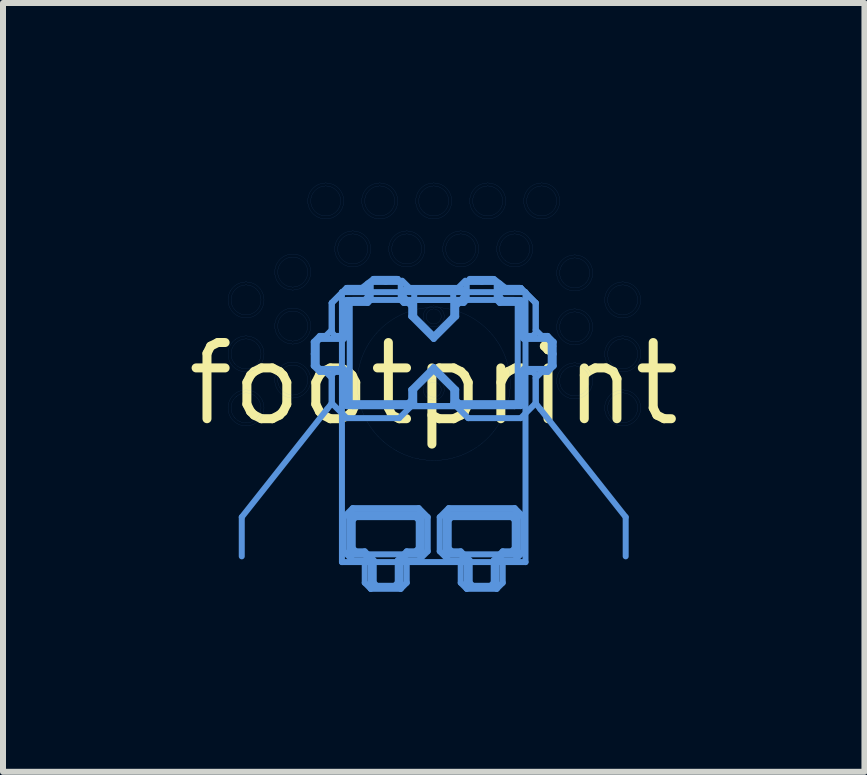
<source format=kicad_pcb>
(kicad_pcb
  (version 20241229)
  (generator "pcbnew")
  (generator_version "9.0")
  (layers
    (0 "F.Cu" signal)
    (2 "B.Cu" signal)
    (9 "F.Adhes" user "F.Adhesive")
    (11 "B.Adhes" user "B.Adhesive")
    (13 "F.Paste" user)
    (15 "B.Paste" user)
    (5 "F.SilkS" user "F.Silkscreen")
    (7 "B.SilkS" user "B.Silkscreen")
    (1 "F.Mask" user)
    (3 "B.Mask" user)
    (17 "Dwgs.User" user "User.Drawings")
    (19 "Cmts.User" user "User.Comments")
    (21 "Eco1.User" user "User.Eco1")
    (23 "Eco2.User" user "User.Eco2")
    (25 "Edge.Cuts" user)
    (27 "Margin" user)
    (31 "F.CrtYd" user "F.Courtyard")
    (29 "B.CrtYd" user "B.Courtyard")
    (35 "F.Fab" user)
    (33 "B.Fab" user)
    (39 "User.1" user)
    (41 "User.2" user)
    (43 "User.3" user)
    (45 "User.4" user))
  (footprint "footprint"
    (layer "F.Cu")
    (at 4.18 3.35)
    (property "Reference" "footprint" (at 0 0 0) (layer "F.SilkS") (effects (font (size 1.27 1.27) (thickness 0.15))))
    (fp_line (start -3.2 2.22) (end -3.2 2.874) (stroke (width 0.1) (type solid)) (layer "Cmts.User"))
    (fp_line (start -2 -0.7) (end -1.9 -0.8) (stroke (width 0.1) (type solid)) (layer "Cmts.User"))
    (fp_line (start -2 -0.5) (end -2 -0.7) (stroke (width 0.1) (type solid)) (layer "Cmts.User"))
    (fp_line (start -2 -0.3) (end -2 -0.5) (stroke (width 0.1) (type solid)) (layer "Cmts.User"))
    (fp_line (start -1.95 -0.7) (end -1.95 -0.3) (stroke (width 0.1) (type solid)) (layer "Cmts.User"))
    (fp_line (start -1.95 -0.3) (end -1.9 -0.25) (stroke (width 0.1) (type solid)) (layer "Cmts.User"))
    (fp_line (start -1.9 -0.8) (end -1.8 -0.8) (stroke (width 0.1) (type solid)) (layer "Cmts.User"))
    (fp_line (start -1.9 -0.75) (end -1.95 -0.7) (stroke (width 0.1) (type solid)) (layer "Cmts.User"))
    (fp_line (start -1.9 -0.25) (end -1.5 -0.25) (stroke (width 0.1) (type solid)) (layer "Cmts.User"))
    (fp_line (start -1.9 -0.2) (end -2 -0.3) (stroke (width 0.1) (type solid)) (layer "Cmts.User"))
    (fp_line (start -1.8 -0.8) (end -1.7 -0.9) (stroke (width 0.1) (type solid)) (layer "Cmts.User"))
    (fp_line (start -1.8 -0.2) (end -1.9 -0.2) (stroke (width 0.1) (type solid)) (layer "Cmts.User"))
    (fp_line (start -1.777 0.42) (end -3.2 2.22) (stroke (width 0.1) (type solid)) (layer "Cmts.User"))
    (fp_line (start -1.7 -1.35) (end -1.45 -1.6) (stroke (width 0.1) (type solid)) (layer "Cmts.User"))
    (fp_line (start -1.7 -1.35) (end -1.45 -1.6) (stroke (width 0.1) (type solid)) (layer "Cmts.User"))
    (fp_line (start -1.7 -0.9) (end -1.7 -1.35) (stroke (width 0.1) (type solid)) (layer "Cmts.User"))
    (fp_line (start -1.7 -0.865) (end -1.7 -1.35) (stroke (width 0.1) (type solid)) (layer "Cmts.User"))
    (fp_line (start -1.7 -0.15) (end -1.7 0.323) (stroke (width 0.1) (type solid)) (layer "Cmts.User"))
    (fp_line (start -1.7 -0.1) (end -1.8 -0.2) (stroke (width 0.1) (type solid)) (layer "Cmts.User"))
    (fp_line (start -1.7 0.32) (end -1.7 -0.1) (stroke (width 0.1) (type solid)) (layer "Cmts.User"))
    (fp_line (start -1.7 0.323) (end -1.777 0.42) (stroke (width 0.1) (type solid)) (layer "Cmts.User"))
    (fp_line (start -1.65 -0.8) (end -1.7 -0.865) (stroke (width 0.1) (type solid)) (layer "Cmts.User"))
    (fp_line (start -1.65 -0.2) (end -1.7 -0.15) (stroke (width 0.1) (type solid)) (layer "Cmts.User"))
    (fp_line (start -1.55 -0.8) (end -1.65 -0.8) (stroke (width 0.1) (type solid)) (layer "Cmts.User"))
    (fp_line (start -1.55 -0.2) (end -1.65 -0.2) (stroke (width 0.1) (type solid)) (layer "Cmts.User"))
    (fp_line (start -1.53 -1.53) (end 1.53 -1.53) (stroke (width 0.1) (type solid)) (layer "Cmts.User"))
    (fp_line (start -1.53 2.97) (end -1.53 -1.53) (stroke (width 0.1) (type solid)) (layer "Cmts.User"))
    (fp_line (start -1.5 -1.35) (end -1.5 -0.865) (stroke (width 0.1) (type solid)) (layer "Cmts.User"))
    (fp_line (start -1.5 -0.865) (end -1.55 -0.8) (stroke (width 0.1) (type solid)) (layer "Cmts.User"))
    (fp_line (start -1.5 -0.75) (end -1.9 -0.75) (stroke (width 0.1) (type solid)) (layer "Cmts.User"))
    (fp_line (start -1.5 -0.25) (end -1.45 -0.2) (stroke (width 0.1) (type solid)) (layer "Cmts.User"))
    (fp_line (start -1.5 -0.15) (end -1.55 -0.2) (stroke (width 0.1) (type solid)) (layer "Cmts.User"))
    (fp_line (start -1.5 0.32) (end -1.5 -0.15) (stroke (width 0.1) (type solid)) (layer "Cmts.User"))
    (fp_line (start -1.5 2.22) (end -1.5 2.79) (stroke (width 0.1) (type solid)) (layer "Cmts.User"))
    (fp_line (start -1.5 2.79) (end -1.35 2.94) (stroke (width 0.1) (type solid)) (layer "Cmts.User"))
    (fp_line (start -1.45 -1.6) (end -1.197 -1.6) (stroke (width 0.1) (type solid)) (layer "Cmts.User"))
    (fp_line (start -1.45 -1.6) (end -1.15 -1.6) (stroke (width 0.1) (type solid)) (layer "Cmts.User"))
    (fp_line (start -1.45 -1.4) (end -1.5 -1.35) (stroke (width 0.1) (type solid)) (layer "Cmts.User"))
    (fp_line (start -1.45 -1.3) (end -1.45 -0.8) (stroke (width 0.1) (type solid)) (layer "Cmts.User"))
    (fp_line (start -1.45 -0.8) (end -1.5 -0.75) (stroke (width 0.1) (type solid)) (layer "Cmts.User"))
    (fp_line (start -1.45 -0.2) (end -1.45 0.27) (stroke (width 0.1) (type solid)) (layer "Cmts.User"))
    (fp_line (start -1.45 0.27) (end -1.4 0.32) (stroke (width 0.1) (type solid)) (layer "Cmts.User"))
    (fp_line (start -1.45 0.37) (end -1.5 0.32) (stroke (width 0.1) (type solid)) (layer "Cmts.User"))
    (fp_line (start -1.45 0.57) (end -1.7 0.32) (stroke (width 0.1) (type solid)) (layer "Cmts.User"))
    (fp_line (start -1.4 -1.35) (end -1.45 -1.3) (stroke (width 0.1) (type solid)) (layer "Cmts.User"))
    (fp_line (start -1.4 -1.35) (end -1.4 0.32) (stroke (width 0.1) (type solid)) (layer "Cmts.User"))
    (fp_line (start -1.4 0.32) (end -1.35 0.37) (stroke (width 0.1) (type solid)) (layer "Cmts.User"))
    (fp_line (start -1.4 0.32) (end -0.425 0.32) (stroke (width 0.1) (type solid)) (layer "Cmts.User"))
    (fp_line (start -1.4 2.22) (end -1.4 2.79) (stroke (width 0.1) (type solid)) (layer "Cmts.User"))
    (fp_line (start -1.4 2.22) (end -1.35 2.17) (stroke (width 0.1) (type solid)) (layer "Cmts.User"))
    (fp_line (start -1.4 2.79) (end -1.4 2.22) (stroke (width 0.1) (type solid)) (layer "Cmts.User"))
    (fp_line (start -1.4 2.79) (end -1.35 2.84) (stroke (width 0.1) (type solid)) (layer "Cmts.User"))
    (fp_line (start -1.35 -1.4) (end -1.4 -1.35) (stroke (width 0.1) (type solid)) (layer "Cmts.User"))
    (fp_line (start -1.35 0.37) (end 1.35 0.37) (stroke (width 0.1) (type solid)) (layer "Cmts.User"))
    (fp_line (start -1.35 2.07) (end -1.5 2.22) (stroke (width 0.1) (type solid)) (layer "Cmts.User"))
    (fp_line (start -1.35 2.07) (end -0.25 2.07) (stroke (width 0.1) (type solid)) (layer "Cmts.User"))
    (fp_line (start -1.35 2.17) (end -1.4 2.22) (stroke (width 0.1) (type solid)) (layer "Cmts.User"))
    (fp_line (start -1.35 2.17) (end -0.25 2.17) (stroke (width 0.1) (type solid)) (layer "Cmts.User"))
    (fp_line (start -1.35 2.27) (end -1.3 2.22) (stroke (width 0.1) (type solid)) (layer "Cmts.User"))
    (fp_line (start -1.35 2.74) (end -1.35 2.27) (stroke (width 0.1) (type solid)) (layer "Cmts.User"))
    (fp_line (start -1.35 2.84) (end -1.4 2.79) (stroke (width 0.1) (type solid)) (layer "Cmts.User"))
    (fp_line (start -1.35 2.84) (end -0.25 2.84) (stroke (width 0.1) (type solid)) (layer "Cmts.User"))
    (fp_line (start -1.35 2.94) (end -1.15 2.94) (stroke (width 0.1) (type solid)) (layer "Cmts.User"))
    (fp_line (start -1.3 2.22) (end -0.3 2.22) (stroke (width 0.1) (type solid)) (layer "Cmts.User"))
    (fp_line (start -1.3 2.79) (end -1.35 2.74) (stroke (width 0.1) (type solid)) (layer "Cmts.User"))
    (fp_line (start -1.197 -1.6) (end -1.1 -1.675) (stroke (width 0.1) (type solid)) (layer "Cmts.User"))
    (fp_line (start -1.15 -1.6) (end -1.1 -1.55) (stroke (width 0.1) (type solid)) (layer "Cmts.User"))
    (fp_line (start -1.15 -1.4) (end -1.45 -1.4) (stroke (width 0.1) (type solid)) (layer "Cmts.User"))
    (fp_line (start -1.15 -1.4) (end -1.35 -1.4) (stroke (width 0.1) (type solid)) (layer "Cmts.User"))
    (fp_line (start -1.15 2.79) (end -1.3 2.79) (stroke (width 0.1) (type solid)) (layer "Cmts.User"))
    (fp_line (start -1.15 2.84) (end -1.35 2.84) (stroke (width 0.1) (type solid)) (layer "Cmts.User"))
    (fp_line (start -1.15 2.94) (end -1.15 3.315) (stroke (width 0.1) (type solid)) (layer "Cmts.User"))
    (fp_line (start -1.15 3.315) (end -1.05 3.415) (stroke (width 0.1) (type solid)) (layer "Cmts.User"))
    (fp_line (start -1.1 -1.675) (end -1.003 -1.75) (stroke (width 0.1) (type solid)) (layer "Cmts.User"))
    (fp_line (start -1.1 -1.55) (end -1.1 -1.45) (stroke (width 0.1) (type solid)) (layer "Cmts.User"))
    (fp_line (start -1.1 -1.45) (end -1.15 -1.4) (stroke (width 0.1) (type solid)) (layer "Cmts.User"))
    (fp_line (start -1.1 -1.35) (end -1.4 -1.35) (stroke (width 0.1) (type solid)) (layer "Cmts.User"))
    (fp_line (start -1.05 -1.667) (end -1.05 -1.4) (stroke (width 0.1) (type solid)) (layer "Cmts.User"))
    (fp_line (start -1.05 -1.4) (end -1.1 -1.35) (stroke (width 0.1) (type solid)) (layer "Cmts.User"))
    (fp_line (start -1.05 2.94) (end -1.15 2.84) (stroke (width 0.1) (type solid)) (layer "Cmts.User"))
    (fp_line (start -1.05 3.415) (end -1.05 2.94) (stroke (width 0.1) (type solid)) (layer "Cmts.User"))
    (fp_line (start -1.05 3.415) (end -0.55 3.415) (stroke (width 0.1) (type solid)) (layer "Cmts.User"))
    (fp_line (start -1.003 -1.75) (end -1 -1.75) (stroke (width 0.1) (type solid)) (layer "Cmts.User"))
    (fp_line (start -1 -1.75) (end -0.8 -1.75) (stroke (width 0.1) (type solid)) (layer "Cmts.User"))
    (fp_line (start -1 2.94) (end -1.15 2.79) (stroke (width 0.1) (type solid)) (layer "Cmts.User"))
    (fp_line (start -1 3.315) (end -1 2.94) (stroke (width 0.1) (type solid)) (layer "Cmts.User"))
    (fp_line (start -0.95 3.365) (end -1 3.315) (stroke (width 0.1) (type solid)) (layer "Cmts.User"))
    (fp_line (start -0.8 -1.75) (end -1 -1.75) (stroke (width 0.1) (type solid)) (layer "Cmts.User"))
    (fp_line (start -0.8 -1.75) (end -0.597 -1.75) (stroke (width 0.1) (type solid)) (layer "Cmts.User"))
    (fp_line (start -0.8 -1.7) (end -1.003 -1.7) (stroke (width 0.1) (type solid)) (layer "Cmts.User"))
    (fp_line (start -0.65 3.365) (end -0.95 3.365) (stroke (width 0.1) (type solid)) (layer "Cmts.User"))
    (fp_line (start -0.6 -1.75) (end -0.8 -1.75) (stroke (width 0.1) (type solid)) (layer "Cmts.User"))
    (fp_line (start -0.6 2.94) (end -0.6 3.315) (stroke (width 0.1) (type solid)) (layer "Cmts.User"))
    (fp_line (start -0.6 3.315) (end -0.65 3.365) (stroke (width 0.1) (type solid)) (layer "Cmts.User"))
    (fp_line (start -0.597 -1.7) (end -0.8 -1.7) (stroke (width 0.1) (type solid)) (layer "Cmts.User"))
    (fp_line (start -0.575 0.57) (end -1.45 0.57) (stroke (width 0.1) (type solid)) (layer "Cmts.User"))
    (fp_line (start -0.55 -1.4) (end -0.55 -1.667) (stroke (width 0.1) (type solid)) (layer "Cmts.User"))
    (fp_line (start -0.55 2.94) (end -0.55 3.415) (stroke (width 0.1) (type solid)) (layer "Cmts.User"))
    (fp_line (start -0.55 3.415) (end -0.45 3.315) (stroke (width 0.1) (type solid)) (layer "Cmts.User"))
    (fp_line (start -0.526 -1.721) (end -0.354 -1.549) (stroke (width 0.1) (type solid)) (layer "Cmts.User"))
    (fp_line (start -0.5 -1.55) (end -0.5 -1.45) (stroke (width 0.1) (type solid)) (layer "Cmts.User"))
    (fp_line (start -0.5 -1.45) (end -0.45 -1.4) (stroke (width 0.1) (type solid)) (layer "Cmts.User"))
    (fp_line (start -0.5 -1.35) (end -0.55 -1.4) (stroke (width 0.1) (type solid)) (layer "Cmts.User"))
    (fp_line (start -0.45 -1.6) (end -0.5 -1.55) (stroke (width 0.1) (type solid)) (layer "Cmts.User"))
    (fp_line (start -0.45 -1.4) (end -1.15 -1.4) (stroke (width 0.1) (type solid)) (layer "Cmts.User"))
    (fp_line (start -0.45 -1.4) (end 0.45 -1.4) (stroke (width 0.1) (type solid)) (layer "Cmts.User"))
    (fp_line (start -0.45 2.79) (end -0.6 2.94) (stroke (width 0.1) (type solid)) (layer "Cmts.User"))
    (fp_line (start -0.45 2.84) (end -0.55 2.94) (stroke (width 0.1) (type solid)) (layer "Cmts.User"))
    (fp_line (start -0.45 2.94) (end -0.45 3.315) (stroke (width 0.1) (type solid)) (layer "Cmts.User"))
    (fp_line (start -0.425 -1.35) (end -0.5 -1.35) (stroke (width 0.1) (type solid)) (layer "Cmts.User"))
    (fp_line (start -0.425 0.32) (end -0.375 0.27) (stroke (width 0.1) (type solid)) (layer "Cmts.User"))
    (fp_line (start -0.375 -1.3) (end -0.425 -1.35) (stroke (width 0.1) (type solid)) (layer "Cmts.User"))
    (fp_line (start -0.375 -1.125) (end -0.375 -1.3) (stroke (width 0.1) (type solid)) (layer "Cmts.User"))
    (fp_line (start -0.375 0.095) (end 0 -0.28) (stroke (width 0.1) (type solid)) (layer "Cmts.User"))
    (fp_line (start -0.375 0.27) (end -0.375 0.095) (stroke (width 0.1) (type solid)) (layer "Cmts.User"))
    (fp_line (start -0.325 -1.478) (end -0.325 -1.125) (stroke (width 0.1) (type solid)) (layer "Cmts.User"))
    (fp_line (start -0.325 -1.125) (end 0 -0.8) (stroke (width 0.1) (type solid)) (layer "Cmts.User"))
    (fp_line (start -0.325 0.095) (end -0.325 0.32) (stroke (width 0.1) (type solid)) (layer "Cmts.User"))
    (fp_line (start -0.325 0.32) (end -0.575 0.57) (stroke (width 0.1) (type solid)) (layer "Cmts.User"))
    (fp_line (start -0.3 2.22) (end -0.25 2.27) (stroke (width 0.1) (type solid)) (layer "Cmts.User"))
    (fp_line (start -0.3 2.79) (end -0.45 2.79) (stroke (width 0.1) (type solid)) (layer "Cmts.User"))
    (fp_line (start -0.25 2.17) (end -1.35 2.17) (stroke (width 0.1) (type solid)) (layer "Cmts.User"))
    (fp_line (start -0.25 2.17) (end -0.2 2.22) (stroke (width 0.1) (type solid)) (layer "Cmts.User"))
    (fp_line (start -0.25 2.27) (end -0.25 2.74) (stroke (width 0.1) (type solid)) (layer "Cmts.User"))
    (fp_line (start -0.25 2.74) (end -0.3 2.79) (stroke (width 0.1) (type solid)) (layer "Cmts.User"))
    (fp_line (start -0.25 2.84) (end -0.45 2.84) (stroke (width 0.1) (type solid)) (layer "Cmts.User"))
    (fp_line (start -0.25 2.84) (end -0.2 2.79) (stroke (width 0.1) (type solid)) (layer "Cmts.User"))
    (fp_line (start -0.25 2.94) (end -0.45 2.94) (stroke (width 0.1) (type solid)) (layer "Cmts.User"))
    (fp_line (start -0.25 2.94) (end -0.1 2.79) (stroke (width 0.1) (type solid)) (layer "Cmts.User"))
    (fp_line (start -0.2 2.22) (end -0.25 2.17) (stroke (width 0.1) (type solid)) (layer "Cmts.User"))
    (fp_line (start -0.2 2.22) (end -0.2 2.79) (stroke (width 0.1) (type solid)) (layer "Cmts.User"))
    (fp_line (start -0.2 2.79) (end -0.25 2.84) (stroke (width 0.1) (type solid)) (layer "Cmts.User"))
    (fp_line (start -0.2 2.79) (end -0.2 2.22) (stroke (width 0.1) (type solid)) (layer "Cmts.User"))
    (fp_line (start -0.1 2.22) (end -0.25 2.07) (stroke (width 0.1) (type solid)) (layer "Cmts.User"))
    (fp_line (start -0.1 2.22) (end -0.1 2.79) (stroke (width 0.1) (type solid)) (layer "Cmts.User"))
    (fp_line (start 0 -0.8) (end 0.325 -1.125) (stroke (width 0.1) (type solid)) (layer "Cmts.User"))
    (fp_line (start 0 -0.75) (end -0.375 -1.125) (stroke (width 0.1) (type solid)) (layer "Cmts.User"))
    (fp_line (start 0 -0.28) (end 0.375 0.095) (stroke (width 0.1) (type solid)) (layer "Cmts.User"))
    (fp_line (start 0 -0.23) (end -0.325 0.095) (stroke (width 0.1) (type solid)) (layer "Cmts.User"))
    (fp_line (start 0.1 2.22) (end 0.1 2.79) (stroke (width 0.1) (type solid)) (layer "Cmts.User"))
    (fp_line (start 0.1 2.79) (end 0.25 2.94) (stroke (width 0.1) (type solid)) (layer "Cmts.User"))
    (fp_line (start 0.2 2.22) (end 0.25 2.17) (stroke (width 0.1) (type solid)) (layer "Cmts.User"))
    (fp_line (start 0.2 2.22) (end 0.25 2.17) (stroke (width 0.1) (type solid)) (layer "Cmts.User"))
    (fp_line (start 0.2 2.79) (end 0.2 2.22) (stroke (width 0.1) (type solid)) (layer "Cmts.User"))
    (fp_line (start 0.2 2.79) (end 0.2 2.22) (stroke (width 0.1) (type solid)) (layer "Cmts.User"))
    (fp_line (start 0.25 2.07) (end 0.1 2.22) (stroke (width 0.1) (type solid)) (layer "Cmts.User"))
    (fp_line (start 0.25 2.07) (end 1.35 2.07) (stroke (width 0.1) (type solid)) (layer "Cmts.User"))
    (fp_line (start 0.25 2.17) (end 1.35 2.17) (stroke (width 0.1) (type solid)) (layer "Cmts.User"))
    (fp_line (start 0.25 2.17) (end 1.35 2.17) (stroke (width 0.1) (type solid)) (layer "Cmts.User"))
    (fp_line (start 0.25 2.27) (end 0.3 2.22) (stroke (width 0.1) (type solid)) (layer "Cmts.User"))
    (fp_line (start 0.25 2.74) (end 0.25 2.27) (stroke (width 0.1) (type solid)) (layer "Cmts.User"))
    (fp_line (start 0.25 2.84) (end 0.2 2.79) (stroke (width 0.1) (type solid)) (layer "Cmts.User"))
    (fp_line (start 0.25 2.84) (end 0.2 2.79) (stroke (width 0.1) (type solid)) (layer "Cmts.User"))
    (fp_line (start 0.25 2.94) (end 0.45 2.94) (stroke (width 0.1) (type solid)) (layer "Cmts.User"))
    (fp_line (start 0.3 2.22) (end 1.3 2.22) (stroke (width 0.1) (type solid)) (layer "Cmts.User"))
    (fp_line (start 0.3 2.79) (end 0.25 2.74) (stroke (width 0.1) (type solid)) (layer "Cmts.User"))
    (fp_line (start 0.325 -1.125) (end 0.325 -1.478) (stroke (width 0.1) (type solid)) (layer "Cmts.User"))
    (fp_line (start 0.325 0.095) (end 0 -0.23) (stroke (width 0.1) (type solid)) (layer "Cmts.User"))
    (fp_line (start 0.325 0.32) (end 0.325 0.095) (stroke (width 0.1) (type solid)) (layer "Cmts.User"))
    (fp_line (start 0.354 -1.549) (end 0.526 -1.721) (stroke (width 0.1) (type solid)) (layer "Cmts.User"))
    (fp_line (start 0.375 -1.3) (end 0.375 -1.125) (stroke (width 0.1) (type solid)) (layer "Cmts.User"))
    (fp_line (start 0.375 -1.125) (end 0 -0.75) (stroke (width 0.1) (type solid)) (layer "Cmts.User"))
    (fp_line (start 0.375 0.095) (end 0.375 0.27) (stroke (width 0.1) (type solid)) (layer "Cmts.User"))
    (fp_line (start 0.375 0.27) (end 0.425 0.32) (stroke (width 0.1) (type solid)) (layer "Cmts.User"))
    (fp_line (start 0.425 -1.35) (end 0.375 -1.3) (stroke (width 0.1) (type solid)) (layer "Cmts.User"))
    (fp_line (start 0.425 0.32) (end 1.4 0.32) (stroke (width 0.1) (type solid)) (layer "Cmts.User"))
    (fp_line (start 0.45 -1.6) (end -0.45 -1.6) (stroke (width 0.1) (type solid)) (layer "Cmts.User"))
    (fp_line (start 0.45 -1.4) (end -0.45 -1.4) (stroke (width 0.1) (type solid)) (layer "Cmts.User"))
    (fp_line (start 0.45 -1.4) (end 0.5 -1.45) (stroke (width 0.1) (type solid)) (layer "Cmts.User"))
    (fp_line (start 0.45 2.79) (end 0.3 2.79) (stroke (width 0.1) (type solid)) (layer "Cmts.User"))
    (fp_line (start 0.45 2.84) (end 0.25 2.84) (stroke (width 0.1) (type solid)) (layer "Cmts.User"))
    (fp_line (start 0.45 2.94) (end 0.45 3.315) (stroke (width 0.1) (type solid)) (layer "Cmts.User"))
    (fp_line (start 0.45 3.315) (end 0.55 3.415) (stroke (width 0.1) (type solid)) (layer "Cmts.User"))
    (fp_line (start 0.5 -1.55) (end 0.45 -1.6) (stroke (width 0.1) (type solid)) (layer "Cmts.User"))
    (fp_line (start 0.5 -1.45) (end 0.5 -1.55) (stroke (width 0.1) (type solid)) (layer "Cmts.User"))
    (fp_line (start 0.5 -1.35) (end 0.425 -1.35) (stroke (width 0.1) (type solid)) (layer "Cmts.User"))
    (fp_line (start 0.55 -1.667) (end 0.55 -1.4) (stroke (width 0.1) (type solid)) (layer "Cmts.User"))
    (fp_line (start 0.55 -1.4) (end 0.5 -1.35) (stroke (width 0.1) (type solid)) (layer "Cmts.User"))
    (fp_line (start 0.55 2.94) (end 0.45 2.84) (stroke (width 0.1) (type solid)) (layer "Cmts.User"))
    (fp_line (start 0.55 3.415) (end 0.55 2.94) (stroke (width 0.1) (type solid)) (layer "Cmts.User"))
    (fp_line (start 0.55 3.415) (end 1.05 3.415) (stroke (width 0.1) (type solid)) (layer "Cmts.User"))
    (fp_line (start 0.575 0.57) (end 0.325 0.32) (stroke (width 0.1) (type solid)) (layer "Cmts.User"))
    (fp_line (start 0.597 -1.75) (end 0.8 -1.75) (stroke (width 0.1) (type solid)) (layer "Cmts.User"))
    (fp_line (start 0.6 2.94) (end 0.45 2.79) (stroke (width 0.1) (type solid)) (layer "Cmts.User"))
    (fp_line (start 0.6 3.315) (end 0.6 2.94) (stroke (width 0.1) (type solid)) (layer "Cmts.User"))
    (fp_line (start 0.65 3.365) (end 0.6 3.315) (stroke (width 0.1) (type solid)) (layer "Cmts.User"))
    (fp_line (start 0.8 -1.75) (end 1 -1.75) (stroke (width 0.1) (type solid)) (layer "Cmts.User"))
    (fp_line (start 0.8 -1.7) (end 0.597 -1.7) (stroke (width 0.1) (type solid)) (layer "Cmts.User"))
    (fp_line (start 0.95 3.365) (end 0.65 3.365) (stroke (width 0.1) (type solid)) (layer "Cmts.User"))
    (fp_line (start 1 2.94) (end 1 3.315) (stroke (width 0.1) (type solid)) (layer "Cmts.User"))
    (fp_line (start 1 3.315) (end 0.95 3.365) (stroke (width 0.1) (type solid)) (layer "Cmts.User"))
    (fp_line (start 1.003 -1.7) (end 0.8 -1.7) (stroke (width 0.1) (type solid)) (layer "Cmts.User"))
    (fp_line (start 1.05 -1.4) (end 1.05 -1.667) (stroke (width 0.1) (type solid)) (layer "Cmts.User"))
    (fp_line (start 1.05 2.94) (end 1.05 3.415) (stroke (width 0.1) (type solid)) (layer "Cmts.User"))
    (fp_line (start 1.05 3.415) (end 1.15 3.315) (stroke (width 0.1) (type solid)) (layer "Cmts.User"))
    (fp_line (start 1.1 -1.675) (end 1.003 -1.75) (stroke (width 0.1) (type solid)) (layer "Cmts.User"))
    (fp_line (start 1.1 -1.55) (end 1.1 -1.45) (stroke (width 0.1) (type solid)) (layer "Cmts.User"))
    (fp_line (start 1.1 -1.45) (end 1.15 -1.4) (stroke (width 0.1) (type solid)) (layer "Cmts.User"))
    (fp_line (start 1.1 -1.35) (end 1.05 -1.4) (stroke (width 0.1) (type solid)) (layer "Cmts.User"))
    (fp_line (start 1.15 -1.6) (end 1.1 -1.55) (stroke (width 0.1) (type solid)) (layer "Cmts.User"))
    (fp_line (start 1.15 -1.4) (end 0.45 -1.4) (stroke (width 0.1) (type solid)) (layer "Cmts.User"))
    (fp_line (start 1.15 -1.4) (end 1.45 -1.4) (stroke (width 0.1) (type solid)) (layer "Cmts.User"))
    (fp_line (start 1.15 2.79) (end 1 2.94) (stroke (width 0.1) (type solid)) (layer "Cmts.User"))
    (fp_line (start 1.15 2.84) (end 1.05 2.94) (stroke (width 0.1) (type solid)) (layer "Cmts.User"))
    (fp_line (start 1.15 2.94) (end 1.15 3.315) (stroke (width 0.1) (type solid)) (layer "Cmts.User"))
    (fp_line (start 1.197 -1.6) (end 1.1 -1.675) (stroke (width 0.1) (type solid)) (layer "Cmts.User"))
    (fp_line (start 1.3 2.22) (end 1.35 2.27) (stroke (width 0.1) (type solid)) (layer "Cmts.User"))
    (fp_line (start 1.3 2.79) (end 1.15 2.79) (stroke (width 0.1) (type solid)) (layer "Cmts.User"))
    (fp_line (start 1.35 -1.4) (end 1.15 -1.4) (stroke (width 0.1) (type solid)) (layer "Cmts.User"))
    (fp_line (start 1.35 0.37) (end 1.4 0.32) (stroke (width 0.1) (type solid)) (layer "Cmts.User"))
    (fp_line (start 1.35 2.17) (end 1.4 2.22) (stroke (width 0.1) (type solid)) (layer "Cmts.User"))
    (fp_line (start 1.35 2.17) (end 1.4 2.22) (stroke (width 0.1) (type solid)) (layer "Cmts.User"))
    (fp_line (start 1.35 2.27) (end 1.35 2.74) (stroke (width 0.1) (type solid)) (layer "Cmts.User"))
    (fp_line (start 1.35 2.74) (end 1.3 2.79) (stroke (width 0.1) (type solid)) (layer "Cmts.User"))
    (fp_line (start 1.35 2.84) (end 0.25 2.84) (stroke (width 0.1) (type solid)) (layer "Cmts.User"))
    (fp_line (start 1.35 2.84) (end 1.15 2.84) (stroke (width 0.1) (type solid)) (layer "Cmts.User"))
    (fp_line (start 1.35 2.94) (end 1.15 2.94) (stroke (width 0.1) (type solid)) (layer "Cmts.User"))
    (fp_line (start 1.35 2.94) (end 1.5 2.79) (stroke (width 0.1) (type solid)) (layer "Cmts.User"))
    (fp_line (start 1.4 -1.35) (end 1.1 -1.35) (stroke (width 0.1) (type solid)) (layer "Cmts.User"))
    (fp_line (start 1.4 -1.35) (end 1.35 -1.4) (stroke (width 0.1) (type solid)) (layer "Cmts.User"))
    (fp_line (start 1.4 0.32) (end 1.4 -1.35) (stroke (width 0.1) (type solid)) (layer "Cmts.User"))
    (fp_line (start 1.4 0.32) (end 1.45 0.27) (stroke (width 0.1) (type solid)) (layer "Cmts.User"))
    (fp_line (start 1.4 2.22) (end 1.4 2.79) (stroke (width 0.1) (type solid)) (layer "Cmts.User"))
    (fp_line (start 1.4 2.22) (end 1.4 2.79) (stroke (width 0.1) (type solid)) (layer "Cmts.User"))
    (fp_line (start 1.4 2.79) (end 1.35 2.84) (stroke (width 0.1) (type solid)) (layer "Cmts.User"))
    (fp_line (start 1.4 2.79) (end 1.35 2.84) (stroke (width 0.1) (type solid)) (layer "Cmts.User"))
    (fp_line (start 1.45 -1.6) (end 1.15 -1.6) (stroke (width 0.1) (type solid)) (layer "Cmts.User"))
    (fp_line (start 1.45 -1.6) (end 1.197 -1.6) (stroke (width 0.1) (type solid)) (layer "Cmts.User"))
    (fp_line (start 1.45 -1.4) (end 1.5 -1.35) (stroke (width 0.1) (type solid)) (layer "Cmts.User"))
    (fp_line (start 1.45 -1.3) (end 1.4 -1.35) (stroke (width 0.1) (type solid)) (layer "Cmts.User"))
    (fp_line (start 1.45 -0.8) (end 1.45 -1.3) (stroke (width 0.1) (type solid)) (layer "Cmts.User"))
    (fp_line (start 1.45 -0.2) (end 1.5 -0.25) (stroke (width 0.1) (type solid)) (layer "Cmts.User"))
    (fp_line (start 1.45 0.27) (end 1.45 -0.2) (stroke (width 0.1) (type solid)) (layer "Cmts.User"))
    (fp_line (start 1.45 0.37) (end -1.45 0.37) (stroke (width 0.1) (type solid)) (layer "Cmts.User"))
    (fp_line (start 1.45 0.57) (end 0.575 0.57) (stroke (width 0.1) (type solid)) (layer "Cmts.User"))
    (fp_line (start 1.5 -1.35) (end 1.5 -0.85) (stroke (width 0.1) (type solid)) (layer "Cmts.User"))
    (fp_line (start 1.5 -0.85) (end 1.55 -0.8) (stroke (width 0.1) (type solid)) (layer "Cmts.User"))
    (fp_line (start 1.5 -0.75) (end 1.45 -0.8) (stroke (width 0.1) (type solid)) (layer "Cmts.User"))
    (fp_line (start 1.5 -0.25) (end 1.9 -0.25) (stroke (width 0.1) (type solid)) (layer "Cmts.User"))
    (fp_line (start 1.5 -0.15) (end 1.5 0.32) (stroke (width 0.1) (type solid)) (layer "Cmts.User"))
    (fp_line (start 1.5 0.32) (end 1.45 0.37) (stroke (width 0.1) (type solid)) (layer "Cmts.User"))
    (fp_line (start 1.5 2.22) (end 1.35 2.07) (stroke (width 0.1) (type solid)) (layer "Cmts.User"))
    (fp_line (start 1.5 2.22) (end 1.5 2.79) (stroke (width 0.1) (type solid)) (layer "Cmts.User"))
    (fp_line (start 1.53 -1.53) (end 1.53 2.97) (stroke (width 0.1) (type solid)) (layer "Cmts.User"))
    (fp_line (start 1.53 2.97) (end -1.53 2.97) (stroke (width 0.1) (type solid)) (layer "Cmts.User"))
    (fp_line (start 1.55 -0.8) (end 1.65 -0.8) (stroke (width 0.1) (type solid)) (layer "Cmts.User"))
    (fp_line (start 1.55 -0.2) (end 1.5 -0.15) (stroke (width 0.1) (type solid)) (layer "Cmts.User"))
    (fp_line (start 1.65 -0.8) (end 1.7 -0.85) (stroke (width 0.1) (type solid)) (layer "Cmts.User"))
    (fp_line (start 1.65 -0.2) (end 1.55 -0.2) (stroke (width 0.1) (type solid)) (layer "Cmts.User"))
    (fp_line (start 1.7 -1.35) (end 1.45 -1.6) (stroke (width 0.1) (type solid)) (layer "Cmts.User"))
    (fp_line (start 1.7 -1.35) (end 1.45 -1.6) (stroke (width 0.1) (type solid)) (layer "Cmts.User"))
    (fp_line (start 1.7 -0.9) (end 1.7 -1.35) (stroke (width 0.1) (type solid)) (layer "Cmts.User"))
    (fp_line (start 1.7 -0.9) (end 1.8 -0.8) (stroke (width 0.1) (type solid)) (layer "Cmts.User"))
    (fp_line (start 1.7 -0.85) (end 1.7 -1.35) (stroke (width 0.1) (type solid)) (layer "Cmts.User"))
    (fp_line (start 1.7 -0.15) (end 1.65 -0.2) (stroke (width 0.1) (type solid)) (layer "Cmts.User"))
    (fp_line (start 1.7 -0.1) (end 1.7 0.32) (stroke (width 0.1) (type solid)) (layer "Cmts.User"))
    (fp_line (start 1.7 0.32) (end 1.45 0.57) (stroke (width 0.1) (type solid)) (layer "Cmts.User"))
    (fp_line (start 1.7 0.323) (end 1.7 -0.15) (stroke (width 0.1) (type solid)) (layer "Cmts.User"))
    (fp_line (start 1.777 0.42) (end 1.7 0.323) (stroke (width 0.1) (type solid)) (layer "Cmts.User"))
    (fp_line (start 1.8 -0.8) (end 1.9 -0.8) (stroke (width 0.1) (type solid)) (layer "Cmts.User"))
    (fp_line (start 1.8 -0.2) (end 1.7 -0.1) (stroke (width 0.1) (type solid)) (layer "Cmts.User"))
    (fp_line (start 1.9 -0.8) (end 2 -0.7) (stroke (width 0.1) (type solid)) (layer "Cmts.User"))
    (fp_line (start 1.9 -0.75) (end 1.5 -0.75) (stroke (width 0.1) (type solid)) (layer "Cmts.User"))
    (fp_line (start 1.9 -0.25) (end 1.95 -0.3) (stroke (width 0.1) (type solid)) (layer "Cmts.User"))
    (fp_line (start 1.9 -0.2) (end 1.8 -0.2) (stroke (width 0.1) (type solid)) (layer "Cmts.User"))
    (fp_line (start 1.95 -0.7) (end 1.9 -0.75) (stroke (width 0.1) (type solid)) (layer "Cmts.User"))
    (fp_line (start 1.95 -0.3) (end 1.95 -0.7) (stroke (width 0.1) (type solid)) (layer "Cmts.User"))
    (fp_line (start 2 -0.7) (end 2 -0.5) (stroke (width 0.1) (type solid)) (layer "Cmts.User"))
    (fp_line (start 2 -0.5) (end 2 -0.3) (stroke (width 0.1) (type solid)) (layer "Cmts.User"))
    (fp_line (start 2 -0.3) (end 1.9 -0.2) (stroke (width 0.1) (type solid)) (layer "Cmts.User"))
    (fp_line (start 3.2 2.22) (end 1.777 0.42) (stroke (width 0.1) (type solid)) (layer "Cmts.User"))
    (fp_line (start 3.2 2.874) (end 3.2 2.22) (stroke (width 0.1) (type solid)) (layer "Cmts.User"))
    (fp_circle (center -3.129 -1.4) (end -2.879 -1.4) (stroke (width 0.001) (type solid)) (fill no) (layer "Cmts.User"))
    (fp_circle (center -3.129 -1.4) (end -2.829 -1.4) (stroke (width 0.001) (type solid)) (fill no) (layer "Cmts.User"))
    (fp_circle (center -3.129 -0.5) (end -2.879 -0.5) (stroke (width 0.001) (type solid)) (fill no) (layer "Cmts.User"))
    (fp_circle (center -3.129 -0.5) (end -2.829 -0.5) (stroke (width 0.001) (type solid)) (fill no) (layer "Cmts.User"))
    (fp_circle (center -3.129 0.4) (end -2.879 0.4) (stroke (width 0.001) (type solid)) (fill no) (layer "Cmts.User"))
    (fp_circle (center -3.129 0.4) (end -2.829 0.4) (stroke (width 0.001) (type solid)) (fill no) (layer "Cmts.User"))
    (fp_circle (center -2.35 -1.865) (end -2.1 -1.865) (stroke (width 0.001) (type solid)) (fill no) (layer "Cmts.User"))
    (fp_circle (center -2.35 -1.865) (end -2.05 -1.865) (stroke (width 0.001) (type solid)) (fill no) (layer "Cmts.User"))
    (fp_circle (center -2.35 -0.965) (end -2.1 -0.965) (stroke (width 0.001) (type solid)) (fill no) (layer "Cmts.User"))
    (fp_circle (center -2.35 -0.965) (end -2.05 -0.965) (stroke (width 0.001) (type solid)) (fill no) (layer "Cmts.User"))
    (fp_circle (center -2.35 -0.065) (end -2.1 -0.065) (stroke (width 0.001) (type solid)) (fill no) (layer "Cmts.User"))
    (fp_circle (center -2.35 -0.065) (end -2.05 -0.065) (stroke (width 0.001) (type solid)) (fill no) (layer "Cmts.User"))
    (fp_circle (center -1.8 -3.05) (end -1.55 -3.05) (stroke (width 0.001) (type solid)) (fill no) (layer "Cmts.User"))
    (fp_circle (center -1.8 -3.05) (end -1.5 -3.05) (stroke (width 0.001) (type solid)) (fill no) (layer "Cmts.User"))
    (fp_circle (center -1.35 -2.25) (end -1.1 -2.25) (stroke (width 0.001) (type solid)) (fill no) (layer "Cmts.User"))
    (fp_circle (center -1.35 -2.25) (end -1.05 -2.25) (stroke (width 0.001) (type solid)) (fill no) (layer "Cmts.User"))
    (fp_circle (center -0.9 -3.05) (end -0.65 -3.05) (stroke (width 0.001) (type solid)) (fill no) (layer "Cmts.User"))
    (fp_circle (center -0.9 -3.05) (end -0.6 -3.05) (stroke (width 0.001) (type solid)) (fill no) (layer "Cmts.User"))
    (fp_circle (center -0.45 -2.25) (end -0.2 -2.25) (stroke (width 0.001) (type solid)) (fill no) (layer "Cmts.User"))
    (fp_circle (center -0.45 -2.25) (end -0.15 -2.25) (stroke (width 0.001) (type solid)) (fill no) (layer "Cmts.User"))
    (fp_circle (center 0 -3.05) (end 0.25 -3.05) (stroke (width 0.001) (type solid)) (fill no) (layer "Cmts.User"))
    (fp_circle (center 0 -3.05) (end 0.3 -3.05) (stroke (width 0.001) (type solid)) (fill no) (layer "Cmts.User"))
    (fp_circle (center 0 -1.125) (end 0.125 -1.125) (stroke (width 0.001) (type solid)) (fill no) (layer "Cmts.User"))
    (fp_circle (center 0 -1.125) (end 0.175 -1.125) (stroke (width 0.001) (type solid)) (fill no) (layer "Cmts.User"))
    (fp_circle (center 0 0) (end 1.275 0) (stroke (width 0.001) (type solid)) (fill no) (layer "Cmts.User"))
    (fp_circle (center 0 0.095) (end 0.125 0.095) (stroke (width 0.001) (type solid)) (fill no) (layer "Cmts.User"))
    (fp_circle (center 0 0.095) (end 0.175 0.095) (stroke (width 0.001) (type solid)) (fill no) (layer "Cmts.User"))
    (fp_circle (center 0.45 -2.25) (end 0.7 -2.25) (stroke (width 0.001) (type solid)) (fill no) (layer "Cmts.User"))
    (fp_circle (center 0.45 -2.25) (end 0.75 -2.25) (stroke (width 0.001) (type solid)) (fill no) (layer "Cmts.User"))
    (fp_circle (center 0.9 -3.05) (end 1.15 -3.05) (stroke (width 0.001) (type solid)) (fill no) (layer "Cmts.User"))
    (fp_circle (center 0.9 -3.05) (end 1.2 -3.05) (stroke (width 0.001) (type solid)) (fill no) (layer "Cmts.User"))
    (fp_circle (center 1.35 -2.25) (end 1.6 -2.25) (stroke (width 0.001) (type solid)) (fill no) (layer "Cmts.User"))
    (fp_circle (center 1.35 -2.25) (end 1.65 -2.25) (stroke (width 0.001) (type solid)) (fill no) (layer "Cmts.User"))
    (fp_circle (center 1.8 -3.05) (end 2.05 -3.05) (stroke (width 0.001) (type solid)) (fill no) (layer "Cmts.User"))
    (fp_circle (center 1.8 -3.05) (end 2.1 -3.05) (stroke (width 0.001) (type solid)) (fill no) (layer "Cmts.User"))
    (fp_circle (center 2.35 -1.85) (end 2.6 -1.85) (stroke (width 0.001) (type solid)) (fill no) (layer "Cmts.User"))
    (fp_circle (center 2.35 -1.85) (end 2.65 -1.85) (stroke (width 0.001) (type solid)) (fill no) (layer "Cmts.User"))
    (fp_circle (center 2.35 -0.95) (end 2.6 -0.95) (stroke (width 0.001) (type solid)) (fill no) (layer "Cmts.User"))
    (fp_circle (center 2.35 -0.95) (end 2.65 -0.95) (stroke (width 0.001) (type solid)) (fill no) (layer "Cmts.User"))
    (fp_circle (center 2.35 -0.05) (end 2.6 -0.05) (stroke (width 0.001) (type solid)) (fill no) (layer "Cmts.User"))
    (fp_circle (center 2.35 -0.05) (end 2.65 -0.05) (stroke (width 0.001) (type solid)) (fill no) (layer "Cmts.User"))
    (fp_circle (center 3.15 -1.4) (end 3.4 -1.4) (stroke (width 0.001) (type solid)) (fill no) (layer "Cmts.User"))
    (fp_circle (center 3.15 -1.4) (end 3.45 -1.4) (stroke (width 0.001) (type solid)) (fill no) (layer "Cmts.User"))
    (fp_circle (center 3.15 -0.5) (end 3.4 -0.5) (stroke (width 0.001) (type solid)) (fill no) (layer "Cmts.User"))
    (fp_circle (center 3.15 -0.5) (end 3.45 -0.5) (stroke (width 0.001) (type solid)) (fill no) (layer "Cmts.User"))
    (fp_circle (center 3.15 0.4) (end 3.4 0.4) (stroke (width 0.001) (type solid)) (fill no) (layer "Cmts.User"))
    (fp_circle (center 3.15 0.4) (end 3.45 0.4) (stroke (width 0.001) (type solid)) (fill no) (layer "Cmts.User")))
  (gr_rect
    (start -3 -3)
    (end 11.36 9.816)
    (stroke (width 0.1) (type default))
    (fill no)
    (layer "Edge.Cuts")))
</source>
